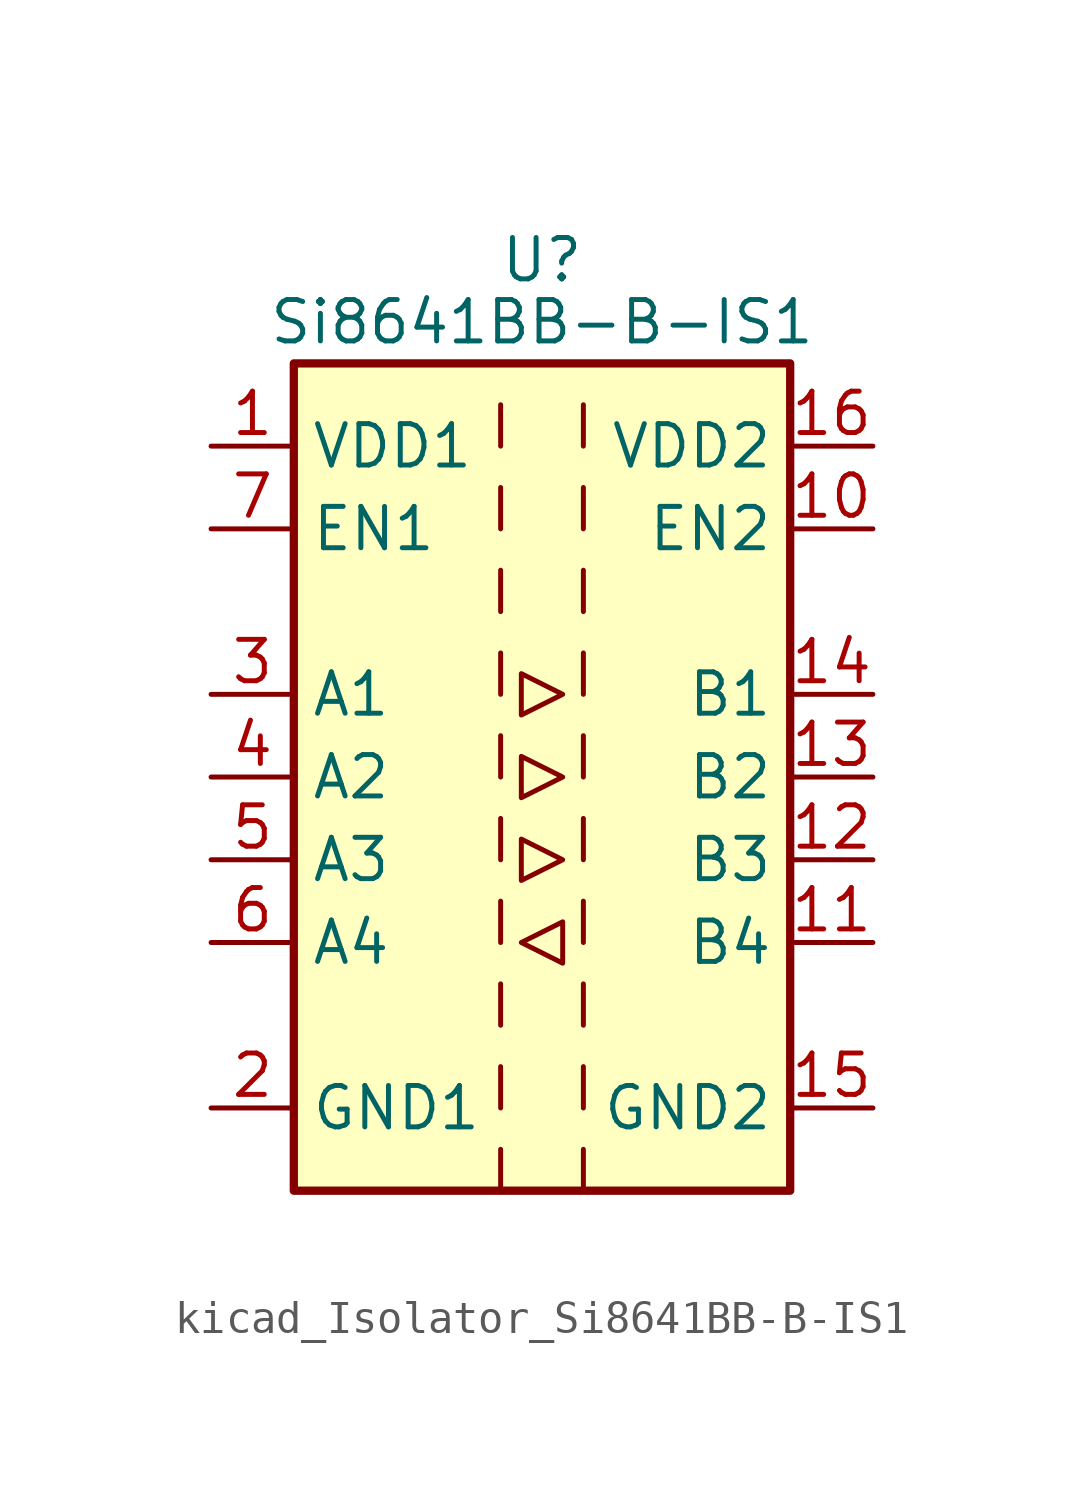
<source format=kicad_sym>
(kicad_symbol_lib
  (version 20220914)
  (generator kicad_symbol_editor)
  (symbol "kicad_Isolator_Si8641BB-B-IS1"
    (property "Reference" "U"
      (at 0 15.875 0)
      (effects (font (size 1.27 1.27))))
    (property "Value" "Si8641BB-B-IS1"
      (at 0 13.97 0)
      (effects (font (size 1.27 1.27))))
    (symbol "kicad_Isolator_Si8641BB-B-IS1_0_1"
      (rectangle (start -7.62 12.7) (end 7.62 -12.7) (stroke (width 0.254) (type default)) (fill (type background)))
      (polyline (pts (xy -1.27 -11.43) (xy -1.27 -12.7)) (stroke (width 0) (type default)) (fill (type none)))
      (polyline (pts (xy -1.27 -8.89) (xy -1.27 -10.16)) (stroke (width 0) (type default)) (fill (type none)))
      (polyline (pts (xy -1.27 -6.35) (xy -1.27 -7.62)) (stroke (width 0) (type default)) (fill (type none)))
      (polyline (pts (xy -1.27 -3.81) (xy -1.27 -5.08)) (stroke (width 0) (type default)) (fill (type none)))
      (polyline (pts (xy -1.27 -1.27) (xy -1.27 -2.54)) (stroke (width 0) (type default)) (fill (type none)))
      (polyline (pts (xy -1.27 1.27) (xy -1.27 0)) (stroke (width 0) (type default)) (fill (type none)))
      (polyline (pts (xy -1.27 3.81) (xy -1.27 2.54)) (stroke (width 0) (type default)) (fill (type none)))
      (polyline (pts (xy -1.27 6.35) (xy -1.27 5.08)) (stroke (width 0) (type default)) (fill (type none)))
      (polyline (pts (xy -1.27 8.89) (xy -1.27 7.62)) (stroke (width 0) (type default)) (fill (type none)))
      (polyline (pts (xy -1.27 11.43) (xy -1.27 10.16)) (stroke (width 0) (type default)) (fill (type none)))
      (polyline (pts (xy 1.27 -11.43) (xy 1.27 -12.7)) (stroke (width 0) (type default)) (fill (type none)))
      (polyline (pts (xy 1.27 -8.89) (xy 1.27 -10.16)) (stroke (width 0) (type default)) (fill (type none)))
      (polyline (pts (xy 1.27 -6.35) (xy 1.27 -7.62)) (stroke (width 0) (type default)) (fill (type none)))
      (polyline (pts (xy 1.27 -3.81) (xy 1.27 -5.08)) (stroke (width 0) (type default)) (fill (type none)))
      (polyline (pts (xy 1.27 -1.27) (xy 1.27 -2.54)) (stroke (width 0) (type default)) (fill (type none)))
      (polyline (pts (xy 1.27 1.27) (xy 1.27 0)) (stroke (width 0) (type default)) (fill (type none)))
      (polyline (pts (xy 1.27 3.81) (xy 1.27 2.54)) (stroke (width 0) (type default)) (fill (type none)))
      (polyline (pts (xy 1.27 6.35) (xy 1.27 5.08)) (stroke (width 0) (type default)) (fill (type none)))
      (polyline (pts (xy 1.27 8.89) (xy 1.27 7.62)) (stroke (width 0) (type default)) (fill (type none)))
      (polyline (pts (xy 1.27 11.43) (xy 1.27 10.16)) (stroke (width 0) (type default)) (fill (type none)))
      (polyline (pts (xy -0.635 -5.08) (xy 0.635 -4.445) (xy 0.635 -5.715) (xy -0.635 -5.08)) (stroke (width 0) (type default)) (fill (type none)))
      (polyline (pts (xy -0.635 0.635) (xy -0.635 -0.635) (xy 0.635 0) (xy -0.635 0.635)) (stroke (width 0) (type default)) (fill (type none)))
      (polyline (pts (xy -0.635 3.175) (xy -0.635 1.905) (xy 0.635 2.54) (xy -0.635 3.175)) (stroke (width 0) (type default)) (fill (type none)))
      (polyline (pts (xy 0.635 -2.54) (xy -0.635 -1.905) (xy -0.635 -3.175) (xy 0.635 -2.54)) (stroke (width 0) (type default)) (fill (type none))))
    (symbol "kicad_Isolator_Si8641BB-B-IS1_1_1"
      (pin power_in line (at -10.16 10.16 0) (length 2.54) (name "VDD1" (effects (font (size 1.27 1.27)))) (number "1" (effects (font (size 1.27 1.27)))))
      (pin input line (at 10.16 7.62 180) (length 2.54) (name "EN2" (effects (font (size 1.27 1.27)))) (number "10" (effects (font (size 1.27 1.27)))))
      (pin input line (at 10.16 -5.08 180) (length 2.54) (name "B4" (effects (font (size 1.27 1.27)))) (number "11" (effects (font (size 1.27 1.27)))))
      (pin output line (at 10.16 -2.54 180) (length 2.54) (name "B3" (effects (font (size 1.27 1.27)))) (number "12" (effects (font (size 1.27 1.27)))))
      (pin output line (at 10.16 0 180) (length 2.54) (name "B2" (effects (font (size 1.27 1.27)))) (number "13" (effects (font (size 1.27 1.27)))))
      (pin output line (at 10.16 2.54 180) (length 2.54) (name "B1" (effects (font (size 1.27 1.27)))) (number "14" (effects (font (size 1.27 1.27)))))
      (pin power_in line (at 10.16 -10.16 180) (length 2.54) (name "GND2" (effects (font (size 1.27 1.27)))) (number "15" (effects (font (size 1.27 1.27)))))
      (pin power_in line (at 10.16 10.16 180) (length 2.54) (name "VDD2" (effects (font (size 1.27 1.27)))) (number "16" (effects (font (size 1.27 1.27)))))
      (pin power_in line (at -10.16 -10.16 0) (length 2.54) (name "GND1" (effects (font (size 1.27 1.27)))) (number "2" (effects (font (size 1.27 1.27)))))
      (pin input line (at -10.16 2.54 0) (length 2.54) (name "A1" (effects (font (size 1.27 1.27)))) (number "3" (effects (font (size 1.27 1.27)))))
      (pin input line (at -10.16 0 0) (length 2.54) (name "A2" (effects (font (size 1.27 1.27)))) (number "4" (effects (font (size 1.27 1.27)))))
      (pin input line (at -10.16 -2.54 0) (length 2.54) (name "A3" (effects (font (size 1.27 1.27)))) (number "5" (effects (font (size 1.27 1.27)))))
      (pin output line (at -10.16 -5.08 0) (length 2.54) (name "A4" (effects (font (size 1.27 1.27)))) (number "6" (effects (font (size 1.27 1.27)))))
      (pin input line (at -10.16 7.62 0) (length 2.54) (name "EN1" (effects (font (size 1.27 1.27)))) (number "7" (effects (font (size 1.27 1.27)))))
      (pin passive line (at -10.16 -10.16 0) (length 2.54) hide (name "GND1" (effects (font (size 1.27 1.27)))) (number "8" (effects (font (size 1.27 1.27)))))
      (pin passive line (at 10.16 -10.16 180) (length 2.54) hide (name "GND2" (effects (font (size 1.27 1.27)))) (number "9" (effects (font (size 1.27 1.27))))))))
</source>
